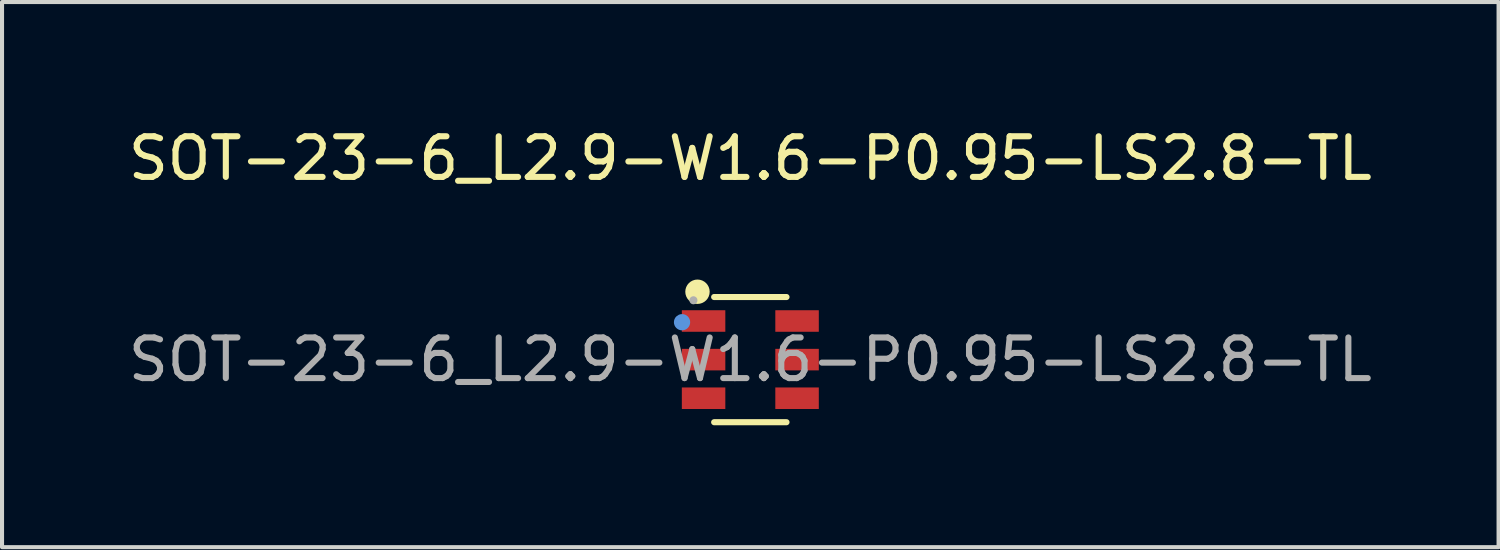
<source format=kicad_pcb>
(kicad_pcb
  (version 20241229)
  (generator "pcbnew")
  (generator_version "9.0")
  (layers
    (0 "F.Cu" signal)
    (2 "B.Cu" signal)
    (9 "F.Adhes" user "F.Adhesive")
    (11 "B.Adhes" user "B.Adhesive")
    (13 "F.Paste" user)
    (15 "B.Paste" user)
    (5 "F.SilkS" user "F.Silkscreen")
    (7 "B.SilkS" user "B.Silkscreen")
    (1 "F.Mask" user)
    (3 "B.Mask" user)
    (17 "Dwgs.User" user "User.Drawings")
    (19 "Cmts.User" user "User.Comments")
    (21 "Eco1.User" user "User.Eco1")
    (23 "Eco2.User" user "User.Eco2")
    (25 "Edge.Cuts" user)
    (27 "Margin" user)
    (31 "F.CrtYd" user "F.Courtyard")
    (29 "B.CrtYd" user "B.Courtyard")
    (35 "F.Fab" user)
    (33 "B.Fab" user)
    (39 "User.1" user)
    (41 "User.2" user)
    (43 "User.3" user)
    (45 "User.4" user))
  (footprint "SOT-23-6_L2.9-W1.6-P0.95-LS2.8-TL"
    (layer "F.Cu")
    (at 15.411 5.798)
    (property "Reference" "SOT-23-6_L2.9-W1.6-P0.95-LS2.8-TL" (at 0 -4.95 0) (layer "F.SilkS") (effects (font (size 1 1) (thickness 0.15))))
    (attr smd)
    (fp_line (start -0.89 -1.54) (end 0.89 -1.54) (stroke (width 0.15) (type solid)) (layer "F.SilkS"))
    (fp_line (start -0.89 1.54) (end 0.89 1.54) (stroke (width 0.15) (type solid)) (layer "F.SilkS"))
    (fp_circle (center -1.3 -1.67) (end -1.15 -1.67) (stroke (width 0.3) (type solid)) (fill no) (layer "F.SilkS"))
    (fp_circle (center -1.68 -0.92) (end -1.58 -0.92) (stroke (width 0.2) (type solid)) (fill no) (layer "Cmts.User"))
    (fp_circle (center -1.4 -1.46) (end -1.35 -1.46) (stroke (width 0.1) (type solid)) (fill no) (layer "F.Fab"))
    (fp_text user "${REFERENCE}" (at 0 0 0) (layer "F.Fab") (effects (font (size 1 1) (thickness 0.15))))
    (pad "1" smd rect (at -1.15 -0.95 270) (size 0.53 1.07) (layers "F.Cu" "F.Mask" "F.Paste"))
    (pad "2" smd rect (at -1.15 0 270) (size 0.53 1.07) (layers "F.Cu" "F.Mask" "F.Paste"))
    (pad "3" smd rect (at -1.15 0.95 270) (size 0.53 1.07) (layers "F.Cu" "F.Mask" "F.Paste"))
    (pad "4" smd rect (at 1.15 0.95 270) (size 0.53 1.07) (layers "F.Cu" "F.Mask" "F.Paste"))
    (pad "5" smd rect (at 1.15 0 270) (size 0.53 1.07) (layers "F.Cu" "F.Mask" "F.Paste"))
    (pad "6" smd rect (at 1.15 -0.95 270) (size 0.53 1.07) (layers "F.Cu" "F.Mask" "F.Paste")))
  (gr_rect
    (start -3 -3)
    (end 33.821 10.413)
    (stroke (width 0.1) (type default))
    (fill no)
    (layer "Edge.Cuts")))
</source>
